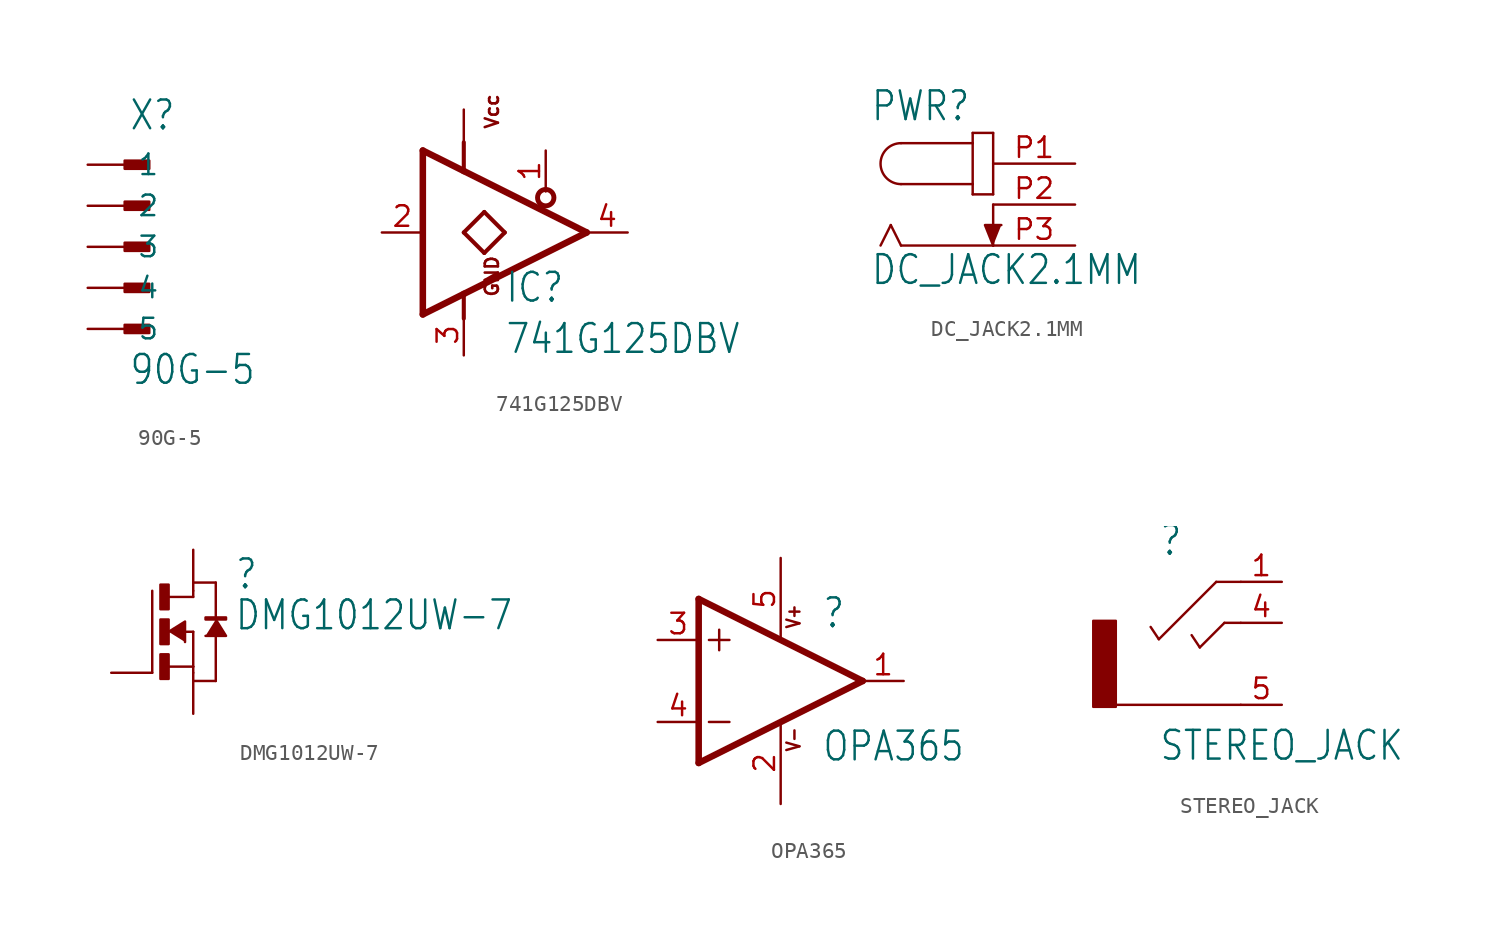
<source format=kicad_sym>
(kicad_symbol_lib
  (version 20211014)
  (generator kicad_symbol_editor)
  (symbol "90G-5"
    (property "Reference" "X"
      (at 0 7.112 0)
      (effects (font (size 1.778 1.511)) (justify left bottom)))
    (property "Value" "90G-5"
      (at 0 -8.636 0)
      (effects (font (size 1.778 1.511)) (justify left bottom)))
    (property "ki_locked" ""
      (at 0 0 0)
      (effects (font (size 1.27 1.27))))
    (symbol "90G-5_1_0"
      (rectangle (start -0.254 -5.334) (end 1.27 -4.826) (stroke (width 0) (type default) (color 0 0 0 0)) (fill (type outline)))
      (rectangle (start -0.254 -2.794) (end 1.27 -2.286) (stroke (width 0) (type default) (color 0 0 0 0)) (fill (type outline)))
      (rectangle (start -0.254 -0.254) (end 1.27 0.254) (stroke (width 0) (type default) (color 0 0 0 0)) (fill (type outline)))
      (rectangle (start -0.254 2.286) (end 1.27 2.794) (stroke (width 0) (type default) (color 0 0 0 0)) (fill (type outline)))
      (rectangle (start -0.254 4.826) (end 1.27 5.334) (stroke (width 0) (type default) (color 0 0 0 0)) (fill (type outline)))
      (pin passive line (at -2.54 5.08 0) (length 2.54) (name "1" (effects (font (size 1.27 1.27)))) (number "1" (effects (font (size 0 0)))))
      (pin passive line (at -2.54 2.54 0) (length 2.54) (name "2" (effects (font (size 1.27 1.27)))) (number "2" (effects (font (size 0 0)))))
      (pin passive line (at -2.54 0 0) (length 2.54) (name "3" (effects (font (size 1.27 1.27)))) (number "3" (effects (font (size 0 0)))))
      (pin passive line (at -2.54 -2.54 0) (length 2.54) (name "4" (effects (font (size 1.27 1.27)))) (number "4" (effects (font (size 0 0)))))
      (pin passive line (at -2.54 -5.08 0) (length 2.54) (name "5" (effects (font (size 1.27 1.27)))) (number "5" (effects (font (size 0 0)))))))
  (symbol "741G125DBV"
    (property "Reference" "IC"
      (at 2.54 -4.445 0)
      (effects (font (size 1.778 1.511)) (justify left bottom)))
    (property "Value" "741G125DBV"
      (at 2.54 -7.62 0)
      (effects (font (size 1.778 1.511)) (justify left bottom)))
    (property "ki_locked" ""
      (at 0 0 0)
      (effects (font (size 1.27 1.27))))
    (symbol "741G125DBV_1_0"
      (polyline (pts (xy -2.54 -5.08) (xy -2.54 5.08)) (stroke (width 0.406) (type default) (color 0 0 0 0)) (fill (type none)))
      (polyline (pts (xy 0 -5.334) (xy 0 -3.81)) (stroke (width 0.254) (type default) (color 0 0 0 0)) (fill (type none)))
      (polyline (pts (xy 0 -3.81) (xy -2.54 -5.08)) (stroke (width 0.406) (type default) (color 0 0 0 0)) (fill (type none)))
      (polyline (pts (xy 0 0) (xy 1.27 -1.27)) (stroke (width 0.254) (type default) (color 0 0 0 0)) (fill (type none)))
      (polyline (pts (xy 0 0) (xy 1.27 1.27)) (stroke (width 0.254) (type default) (color 0 0 0 0)) (fill (type none)))
      (polyline (pts (xy 0 3.81) (xy -2.54 5.08)) (stroke (width 0.406) (type default) (color 0 0 0 0)) (fill (type none)))
      (polyline (pts (xy 0 5.588) (xy 0 3.81)) (stroke (width 0.254) (type default) (color 0 0 0 0)) (fill (type none)))
      (polyline (pts (xy 2.54 0) (xy 1.27 -1.27)) (stroke (width 0.254) (type default) (color 0 0 0 0)) (fill (type none)))
      (polyline (pts (xy 2.54 0) (xy 1.27 1.27)) (stroke (width 0.254) (type default) (color 0 0 0 0)) (fill (type none)))
      (polyline (pts (xy 7.62 0) (xy 0 -3.81)) (stroke (width 0.406) (type default) (color 0 0 0 0)) (fill (type none)))
      (polyline (pts (xy 7.62 0) (xy 0 3.81)) (stroke (width 0.406) (type default) (color 0 0 0 0)) (fill (type none)))
      (circle (center 5.08 2.159) (radius 0.508) (stroke (width 0.305) (type default) (color 0 0 0 0)) (fill (type none)))
      (text "GND" (at 1.27 -4.064 900) (effects (font (size 0.813 0.813) (thickness 0.163) bold) (justify left top)))
      (text "Vcc" (at 1.27 6.35 900) (effects (font (size 0.813 0.813) (thickness 0.163) bold) (justify left top)))
      (pin input line (at 5.08 5.08 270) (length 2.54) (name "OE" (effects (font (size 0 0)))) (number "1" (effects (font (size 1.27 1.27)))))
      (pin input line (at -5.08 0 0) (length 2.54) (name "I" (effects (font (size 0 0)))) (number "2" (effects (font (size 1.27 1.27)))))
      (pin power_in line (at 0 -7.62 90) (length 2.54) (name "GND" (effects (font (size 0 0)))) (number "3" (effects (font (size 1.27 1.27)))))
      (pin tri_state line (at 10.16 0 180) (length 2.54) (name "O" (effects (font (size 0 0)))) (number "4" (effects (font (size 1.27 1.27)))))
      (pin passive line (at 0 7.62 270) (length 2.54) (name "VCC" (effects (font (size 0 0)))) (number "5" (effects (font (size 0 0)))))))
  (symbol "DC_JACK2.1MM"
    (property "Reference" "PWR"
      (at -5.08 2.54 0)
      (effects (font (size 1.778 1.511)) (justify left bottom)))
    (property "Value" "DC_JACK2.1MM"
      (at -5.08 -7.62 0)
      (effects (font (size 1.778 1.511)) (justify left bottom)))
    (property "ki_locked" ""
      (at 0 0 0)
      (effects (font (size 1.27 1.27))))
    (symbol "DC_JACK2.1MM_1_0"
      (arc (start -3.175 1.27) (mid -4.445 0) (end -3.175 -1.27) (stroke (width 0.1524) (type default) (color 0 0 0 0)) (fill (type none)))
      (polyline (pts (xy -3.81 -3.81) (xy -4.445 -5.08)) (stroke (width 0.152) (type default) (color 0 0 0 0)) (fill (type none)))
      (polyline (pts (xy -3.175 -5.08) (xy -3.81 -3.81)) (stroke (width 0.152) (type default) (color 0 0 0 0)) (fill (type none)))
      (polyline (pts (xy -3.175 1.27) (xy 1.27 1.27)) (stroke (width 0.152) (type default) (color 0 0 0 0)) (fill (type none)))
      (polyline (pts (xy 1.27 -1.905) (xy 2.54 -1.905)) (stroke (width 0.152) (type default) (color 0 0 0 0)) (fill (type none)))
      (polyline (pts (xy 1.27 -1.27) (xy -3.175 -1.27)) (stroke (width 0.152) (type default) (color 0 0 0 0)) (fill (type none)))
      (polyline (pts (xy 1.27 -1.27) (xy 1.27 -1.905)) (stroke (width 0.152) (type default) (color 0 0 0 0)) (fill (type none)))
      (polyline (pts (xy 1.27 1.27) (xy 1.27 -1.27)) (stroke (width 0.152) (type default) (color 0 0 0 0)) (fill (type none)))
      (polyline (pts (xy 1.27 1.905) (xy 1.27 1.27)) (stroke (width 0.152) (type default) (color 0 0 0 0)) (fill (type none)))
      (polyline (pts (xy 2.54 -5.08) (xy -3.175 -5.08)) (stroke (width 0.152) (type default) (color 0 0 0 0)) (fill (type none)))
      (polyline (pts (xy 2.54 -2.54) (xy 2.54 -5.08)) (stroke (width 0.152) (type default) (color 0 0 0 0)) (fill (type none)))
      (polyline (pts (xy 2.54 -1.905) (xy 2.54 1.905)) (stroke (width 0.152) (type default) (color 0 0 0 0)) (fill (type none)))
      (polyline (pts (xy 2.54 1.905) (xy 1.27 1.905)) (stroke (width 0.152) (type default) (color 0 0 0 0)) (fill (type none)))
      (polyline (pts (xy 2.54 -5.08) (xy 2.032 -3.81) (xy 3.048 -3.81)) (stroke (width 0) (type default) (color 0 0 0 0)) (fill (type outline)))
      (pin passive line (at 7.62 0 180) (length 5.08) (name "1" (effects (font (size 0 0)))) (number "P1" (effects (font (size 1.27 1.27)))))
      (pin passive line (at 7.62 -2.54 180) (length 5.08) (name "2" (effects (font (size 0 0)))) (number "P2" (effects (font (size 1.27 1.27)))))
      (pin passive line (at 7.62 -5.08 180) (length 5.08) (name "3" (effects (font (size 0 0)))) (number "P3" (effects (font (size 1.27 1.27)))))))
  (symbol "DMG1012UW-7"
    (property "Reference" ""
      (at 2.54 2.54 0)
      (effects (font (size 1.778 1.511)) (justify left bottom)))
    (property "Value" "DMG1012UW-7"
      (at 2.54 0 0)
      (effects (font (size 1.778 1.511)) (justify left bottom)))
    (property "ki_locked" ""
      (at 0 0 0)
      (effects (font (size 1.27 1.27))))
    (symbol "DMG1012UW-7_1_0"
      (rectangle (start -2.032 -2.921) (end -1.524 -1.397) (stroke (width 0) (type default) (color 0 0 0 0)) (fill (type outline)))
      (rectangle (start -2.032 -0.762) (end -1.524 0.762) (stroke (width 0) (type default) (color 0 0 0 0)) (fill (type outline)))
      (rectangle (start -2.032 1.397) (end -1.524 2.921) (stroke (width 0) (type default) (color 0 0 0 0)) (fill (type outline)))
      (polyline (pts (xy -2.54 -2.54) (xy -2.54 2.54)) (stroke (width 0.152) (type default) (color 0 0 0 0)) (fill (type none)))
      (polyline (pts (xy -1.524 -2.159) (xy 0 -2.159)) (stroke (width 0.152) (type default) (color 0 0 0 0)) (fill (type none)))
      (polyline (pts (xy -1.524 2.159) (xy 0 2.159)) (stroke (width 0.152) (type default) (color 0 0 0 0)) (fill (type none)))
      (polyline (pts (xy -0.508 0) (xy 0 0)) (stroke (width 0.152) (type default) (color 0 0 0 0)) (fill (type none)))
      (polyline (pts (xy 0 -2.159) (xy 0 -2.54)) (stroke (width 0.152) (type default) (color 0 0 0 0)) (fill (type none)))
      (polyline (pts (xy 0 0) (xy 0 -2.159)) (stroke (width 0.152) (type default) (color 0 0 0 0)) (fill (type none)))
      (polyline (pts (xy 0 2.159) (xy 0 2.54)) (stroke (width 0.152) (type default) (color 0 0 0 0)) (fill (type none)))
      (polyline (pts (xy 0 3.048) (xy 1.397 3.048)) (stroke (width 0.152) (type default) (color 0 0 0 0)) (fill (type none)))
      (polyline (pts (xy 1.397 -3.048) (xy 0 -3.048)) (stroke (width 0.152) (type default) (color 0 0 0 0)) (fill (type none)))
      (polyline (pts (xy 1.397 -0.254) (xy 1.397 -3.048)) (stroke (width 0.152) (type default) (color 0 0 0 0)) (fill (type none)))
      (polyline (pts (xy 1.397 3.048) (xy 1.397 0.762)) (stroke (width 0.152) (type default) (color 0 0 0 0)) (fill (type none)))
      (polyline (pts (xy -1.524 0) (xy -0.508 0.635) (xy -0.508 -0.635)) (stroke (width 0) (type default) (color 0 0 0 0)) (fill (type outline)))
      (polyline (pts (xy 1.397 0.762) (xy 2.032 -0.254) (xy 0.762 -0.254)) (stroke (width 0) (type default) (color 0 0 0 0)) (fill (type outline)))
      (rectangle (start 0.762 0.762) (end 2.032 0.889) (stroke (width 0) (type default) (color 0 0 0 0)) (fill (type outline)))
      (pin passive line (at -5.08 -2.54 0) (length 2.54) (name "G" (effects (font (size 0 0)))) (number "1" (effects (font (size 0 0)))))
      (pin passive line (at 0 -5.08 90) (length 2.54) (name "S" (effects (font (size 0 0)))) (number "2" (effects (font (size 0 0)))))
      (pin passive line (at 0 5.08 270) (length 2.54) (name "D" (effects (font (size 0 0)))) (number "3" (effects (font (size 0 0)))))))
  (symbol "OPA365"
    (property "Reference" ""
      (at 2.54 3.175 0)
      (effects (font (size 1.778 1.511)) (justify left bottom)))
    (property "Value" "OPA365"
      (at 2.54 -5.08 0)
      (effects (font (size 1.778 1.511)) (justify left bottom)))
    (property "ki_locked" ""
      (at 0 0 0)
      (effects (font (size 1.27 1.27))))
    (symbol "OPA365_1_0"
      (polyline (pts (xy -5.08 -5.08) (xy 5.08 0)) (stroke (width 0.406) (type default) (color 0 0 0 0)) (fill (type none)))
      (polyline (pts (xy -5.08 5.08) (xy -5.08 -5.08)) (stroke (width 0.406) (type default) (color 0 0 0 0)) (fill (type none)))
      (polyline (pts (xy -4.445 -2.54) (xy -3.175 -2.54)) (stroke (width 0.152) (type default) (color 0 0 0 0)) (fill (type none)))
      (polyline (pts (xy -4.445 2.54) (xy -3.175 2.54)) (stroke (width 0.152) (type default) (color 0 0 0 0)) (fill (type none)))
      (polyline (pts (xy -3.81 3.175) (xy -3.81 1.905)) (stroke (width 0.152) (type default) (color 0 0 0 0)) (fill (type none)))
      (polyline (pts (xy 5.08 0) (xy -5.08 5.08)) (stroke (width 0.406) (type default) (color 0 0 0 0)) (fill (type none)))
      (text "V+" (at 1.27 3.175 900) (effects (font (size 0.813 0.691)) (justify left bottom)))
      (text "V-" (at 1.27 -4.445 900) (effects (font (size 0.813 0.691)) (justify left bottom)))
      (pin output line (at 7.62 0 180) (length 2.54) (name "OUT" (effects (font (size 0 0)))) (number "1" (effects (font (size 1.27 1.27)))))
      (pin power_in line (at 0 -7.62 90) (length 5.08) (name "V-" (effects (font (size 0 0)))) (number "2" (effects (font (size 1.27 1.27)))))
      (pin input line (at -7.62 2.54 0) (length 2.54) (name "+IN" (effects (font (size 0 0)))) (number "3" (effects (font (size 1.27 1.27)))))
      (pin input line (at -7.62 -2.54 0) (length 2.54) (name "-IN" (effects (font (size 0 0)))) (number "4" (effects (font (size 1.27 1.27)))))
      (pin power_in line (at 0 7.62 270) (length 5.08) (name "V+" (effects (font (size 0 0)))) (number "5" (effects (font (size 1.27 1.27)))))))
  (symbol "STEREO_JACK"
    (property "Reference" ""
      (at -2.54 6.604 0)
      (effects (font (size 1.778 1.511)) (justify left bottom)))
    (property "Value" "STEREO_JACK"
      (at -2.54 -6.096 0)
      (effects (font (size 1.778 1.511)) (justify left bottom)))
    (property "ki_locked" ""
      (at 0 0 0)
      (effects (font (size 1.27 1.27))))
    (symbol "STEREO_JACK_1_0"
      (rectangle (start -5.207 2.667) (end -6.604 -2.667) (stroke (width 0) (type default) (color 0 0 0 0)) (fill (type outline)))
      (polyline (pts (xy -2.54 1.524) (xy -3.048 2.286)) (stroke (width 0.152) (type default) (color 0 0 0 0)) (fill (type none)))
      (polyline (pts (xy 0 1.016) (xy -0.508 1.778)) (stroke (width 0.152) (type default) (color 0 0 0 0)) (fill (type none)))
      (polyline (pts (xy 1.016 5.08) (xy -2.54 1.524)) (stroke (width 0.152) (type default) (color 0 0 0 0)) (fill (type none)))
      (polyline (pts (xy 1.524 2.54) (xy 0 1.016)) (stroke (width 0.152) (type default) (color 0 0 0 0)) (fill (type none)))
      (polyline (pts (xy 2.54 -2.54) (xy -5.207 -2.54)) (stroke (width 0.152) (type default) (color 0 0 0 0)) (fill (type none)))
      (polyline (pts (xy 2.54 2.54) (xy 1.524 2.54)) (stroke (width 0.152) (type default) (color 0 0 0 0)) (fill (type none)))
      (polyline (pts (xy 2.54 5.08) (xy 1.016 5.08)) (stroke (width 0.152) (type default) (color 0 0 0 0)) (fill (type none)))
      (pin passive line (at 5.08 5.08 180) (length 2.54) (name "1" (effects (font (size 0 0)))) (number "1" (effects (font (size 1.27 1.27)))))
      (pin passive line (at 5.08 2.54 180) (length 2.54) (name "4" (effects (font (size 0 0)))) (number "4" (effects (font (size 1.27 1.27)))))
      (pin passive line (at 5.08 -2.54 180) (length 2.54) (name "5" (effects (font (size 0 0)))) (number "5" (effects (font (size 1.27 1.27))))))))
</source>
